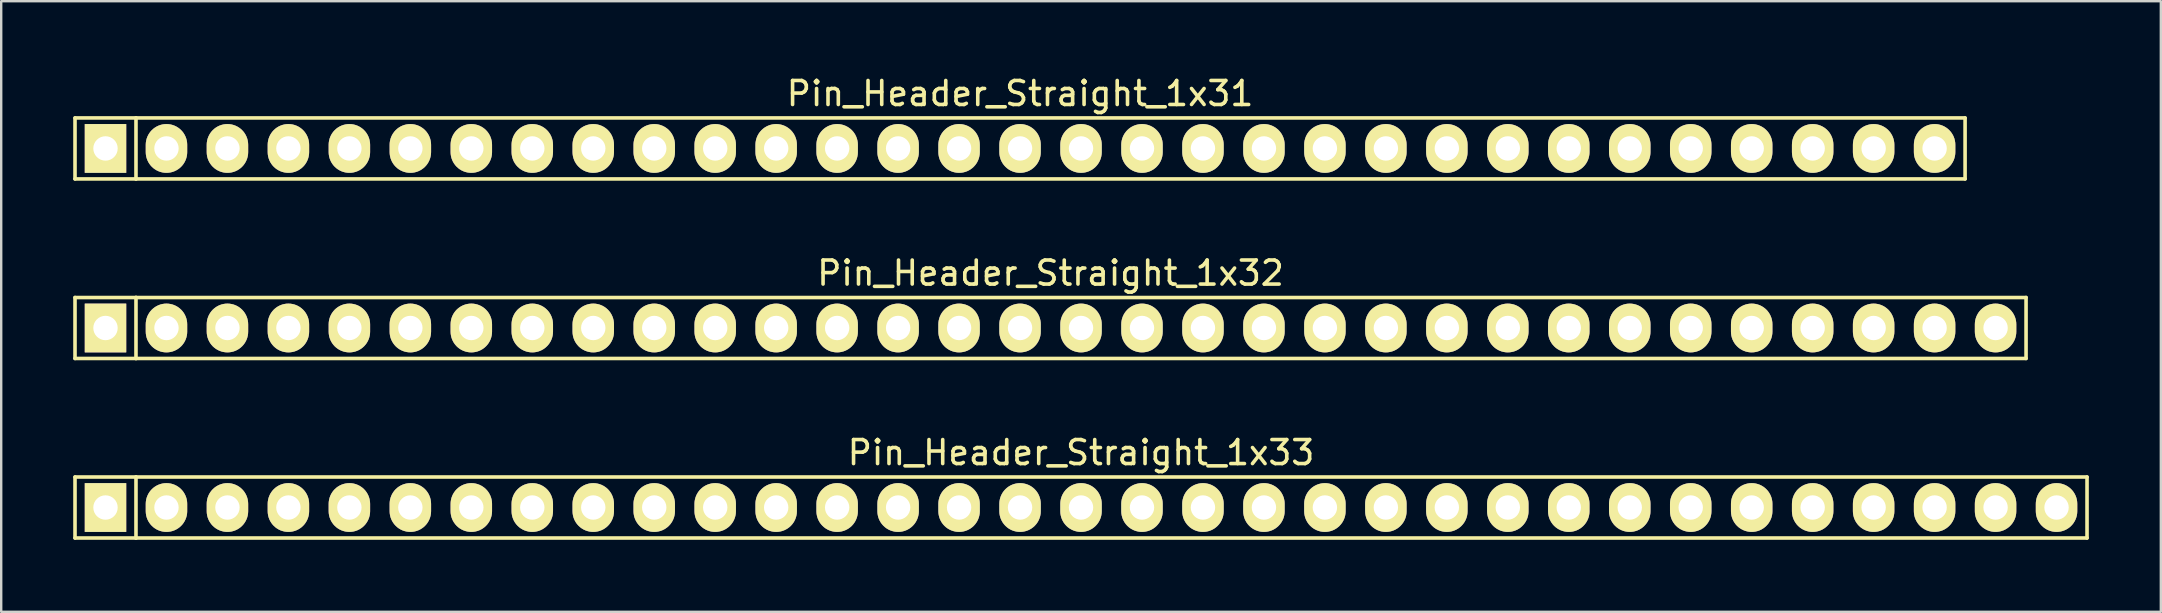
<source format=kicad_pcb>
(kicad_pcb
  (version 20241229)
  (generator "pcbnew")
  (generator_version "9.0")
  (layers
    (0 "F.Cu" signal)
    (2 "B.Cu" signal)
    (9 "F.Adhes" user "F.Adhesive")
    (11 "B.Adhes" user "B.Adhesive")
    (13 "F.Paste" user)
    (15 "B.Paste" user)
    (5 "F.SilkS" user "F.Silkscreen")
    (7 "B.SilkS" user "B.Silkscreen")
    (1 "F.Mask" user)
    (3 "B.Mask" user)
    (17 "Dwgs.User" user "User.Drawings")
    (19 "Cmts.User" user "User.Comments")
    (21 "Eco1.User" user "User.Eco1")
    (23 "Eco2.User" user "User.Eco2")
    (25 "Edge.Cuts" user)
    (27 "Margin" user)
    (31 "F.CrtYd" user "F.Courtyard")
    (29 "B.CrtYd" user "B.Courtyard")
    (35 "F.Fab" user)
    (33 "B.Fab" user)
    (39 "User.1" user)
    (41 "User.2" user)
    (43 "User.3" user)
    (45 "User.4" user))
  (footprint "Pin_Header_Straight_1x31"
    (layer "F.Cu")
    (at 39.445 3.134)
    (property "Reference" "Pin_Header_Straight_1x31" (at 0 -2.286 0) (layer "F.SilkS") (effects (font (size 1 1) (thickness 0.15))))
    (attr through_hole)
    (fp_line (start -39.37 -1.27) (end -39.37 1.27) (stroke (width 0.15) (type solid)) (layer "F.SilkS"))
    (fp_line (start -39.37 -1.27) (end -36.83 -1.27) (stroke (width 0.15) (type solid)) (layer "F.SilkS"))
    (fp_line (start -39.37 1.27) (end -36.83 1.27) (stroke (width 0.15) (type solid)) (layer "F.SilkS"))
    (fp_line (start -36.83 -1.27) (end -36.83 1.27) (stroke (width 0.15) (type solid)) (layer "F.SilkS"))
    (fp_line (start -36.83 1.27) (end 39.37 1.27) (stroke (width 0.15) (type solid)) (layer "F.SilkS"))
    (fp_line (start 39.37 -1.27) (end -36.83 -1.27) (stroke (width 0.15) (type solid)) (layer "F.SilkS"))
    (fp_line (start 39.37 1.27) (end 39.37 -1.27) (stroke (width 0.15) (type solid)) (layer "F.SilkS"))
    (pad "1" thru_hole rect (at -38.1 0) (size 1.727 2.032) (drill 1.016) (layers "*.Cu" "*.Mask" "F.SilkS"))
    (pad "2" thru_hole oval (at -35.56 0) (size 1.727 2.032) (drill 1.016) (layers "*.Cu" "*.Mask" "F.SilkS"))
    (pad "3" thru_hole oval (at -33.02 0) (size 1.727 2.032) (drill 1.016) (layers "*.Cu" "*.Mask" "F.SilkS"))
    (pad "4" thru_hole oval (at -30.48 0) (size 1.727 2.032) (drill 1.016) (layers "*.Cu" "*.Mask" "F.SilkS"))
    (pad "5" thru_hole oval (at -27.94 0) (size 1.727 2.032) (drill 1.016) (layers "*.Cu" "*.Mask" "F.SilkS"))
    (pad "6" thru_hole oval (at -25.4 0) (size 1.727 2.032) (drill 1.016) (layers "*.Cu" "*.Mask" "F.SilkS"))
    (pad "7" thru_hole oval (at -22.86 0) (size 1.727 2.032) (drill 1.016) (layers "*.Cu" "*.Mask" "F.SilkS"))
    (pad "8" thru_hole oval (at -20.32 0) (size 1.727 2.032) (drill 1.016) (layers "*.Cu" "*.Mask" "F.SilkS"))
    (pad "9" thru_hole oval (at -17.78 0) (size 1.727 2.032) (drill 1.016) (layers "*.Cu" "*.Mask" "F.SilkS"))
    (pad "10" thru_hole oval (at -15.24 0) (size 1.727 2.032) (drill 1.016) (layers "*.Cu" "*.Mask" "F.SilkS"))
    (pad "11" thru_hole oval (at -12.7 0) (size 1.727 2.032) (drill 1.016) (layers "*.Cu" "*.Mask" "F.SilkS"))
    (pad "12" thru_hole oval (at -10.16 0) (size 1.727 2.032) (drill 1.016) (layers "*.Cu" "*.Mask" "F.SilkS"))
    (pad "13" thru_hole oval (at -7.62 0) (size 1.727 2.032) (drill 1.016) (layers "*.Cu" "*.Mask" "F.SilkS"))
    (pad "14" thru_hole oval (at -5.08 0) (size 1.727 2.032) (drill 1.016) (layers "*.Cu" "*.Mask" "F.SilkS"))
    (pad "15" thru_hole oval (at -2.54 0) (size 1.727 2.032) (drill 1.016) (layers "*.Cu" "*.Mask" "F.SilkS"))
    (pad "16" thru_hole oval (at 0 0) (size 1.727 2.032) (drill 1.016) (layers "*.Cu" "*.Mask" "F.SilkS"))
    (pad "17" thru_hole oval (at 2.54 0) (size 1.727 2.032) (drill 1.016) (layers "*.Cu" "*.Mask" "F.SilkS"))
    (pad "18" thru_hole oval (at 5.08 0) (size 1.727 2.032) (drill 1.016) (layers "*.Cu" "*.Mask" "F.SilkS"))
    (pad "19" thru_hole oval (at 7.62 0) (size 1.727 2.032) (drill 1.016) (layers "*.Cu" "*.Mask" "F.SilkS"))
    (pad "20" thru_hole oval (at 10.16 0) (size 1.727 2.032) (drill 1.016) (layers "*.Cu" "*.Mask" "F.SilkS"))
    (pad "21" thru_hole oval (at 12.7 0) (size 1.727 2.032) (drill 1.016) (layers "*.Cu" "*.Mask" "F.SilkS"))
    (pad "22" thru_hole oval (at 15.24 0) (size 1.727 2.032) (drill 1.016) (layers "*.Cu" "*.Mask" "F.SilkS"))
    (pad "23" thru_hole oval (at 17.78 0) (size 1.727 2.032) (drill 1.016) (layers "*.Cu" "*.Mask" "F.SilkS"))
    (pad "24" thru_hole oval (at 20.32 0) (size 1.727 2.032) (drill 1.016) (layers "*.Cu" "*.Mask" "F.SilkS"))
    (pad "25" thru_hole oval (at 22.86 0) (size 1.727 2.032) (drill 1.016) (layers "*.Cu" "*.Mask" "F.SilkS"))
    (pad "26" thru_hole oval (at 25.4 0) (size 1.727 2.032) (drill 1.016) (layers "*.Cu" "*.Mask" "F.SilkS"))
    (pad "27" thru_hole oval (at 27.94 0) (size 1.727 2.032) (drill 1.016) (layers "*.Cu" "*.Mask" "F.SilkS"))
    (pad "28" thru_hole oval (at 30.48 0) (size 1.727 2.032) (drill 1.016) (layers "*.Cu" "*.Mask" "F.SilkS"))
    (pad "29" thru_hole oval (at 33.02 0) (size 1.727 2.032) (drill 1.016) (layers "*.Cu" "*.Mask" "F.SilkS"))
    (pad "30" thru_hole oval (at 35.56 0) (size 1.727 2.032) (drill 1.016) (layers "*.Cu" "*.Mask" "F.SilkS"))
    (pad "31" thru_hole oval (at 38.1 0) (size 1.727 2.032) (drill 1.016) (layers "*.Cu" "*.Mask" "F.SilkS")))
  (footprint "Pin_Header_Straight_1x32"
    (layer "F.Cu")
    (at 40.715 10.614)
    (property "Reference" "Pin_Header_Straight_1x32" (at 0 -2.286 0) (layer "F.SilkS") (effects (font (size 1 1) (thickness 0.15))))
    (attr through_hole)
    (fp_line (start -40.64 -1.27) (end -40.64 1.27) (stroke (width 0.15) (type solid)) (layer "F.SilkS"))
    (fp_line (start -40.64 -1.27) (end -38.1 -1.27) (stroke (width 0.15) (type solid)) (layer "F.SilkS"))
    (fp_line (start -40.64 1.27) (end -38.1 1.27) (stroke (width 0.15) (type solid)) (layer "F.SilkS"))
    (fp_line (start -38.1 -1.27) (end -38.1 1.27) (stroke (width 0.15) (type solid)) (layer "F.SilkS"))
    (fp_line (start -38.1 1.27) (end 40.64 1.27) (stroke (width 0.15) (type solid)) (layer "F.SilkS"))
    (fp_line (start 40.64 -1.27) (end -38.1 -1.27) (stroke (width 0.15) (type solid)) (layer "F.SilkS"))
    (fp_line (start 40.64 1.27) (end 40.64 -1.27) (stroke (width 0.15) (type solid)) (layer "F.SilkS"))
    (pad "1" thru_hole rect (at -39.37 0) (size 1.727 2.032) (drill 1.016) (layers "*.Cu" "*.Mask" "F.SilkS"))
    (pad "2" thru_hole oval (at -36.83 0) (size 1.727 2.032) (drill 1.016) (layers "*.Cu" "*.Mask" "F.SilkS"))
    (pad "3" thru_hole oval (at -34.29 0) (size 1.727 2.032) (drill 1.016) (layers "*.Cu" "*.Mask" "F.SilkS"))
    (pad "4" thru_hole oval (at -31.75 0) (size 1.727 2.032) (drill 1.016) (layers "*.Cu" "*.Mask" "F.SilkS"))
    (pad "5" thru_hole oval (at -29.21 0) (size 1.727 2.032) (drill 1.016) (layers "*.Cu" "*.Mask" "F.SilkS"))
    (pad "6" thru_hole oval (at -26.67 0) (size 1.727 2.032) (drill 1.016) (layers "*.Cu" "*.Mask" "F.SilkS"))
    (pad "7" thru_hole oval (at -24.13 0) (size 1.727 2.032) (drill 1.016) (layers "*.Cu" "*.Mask" "F.SilkS"))
    (pad "8" thru_hole oval (at -21.59 0) (size 1.727 2.032) (drill 1.016) (layers "*.Cu" "*.Mask" "F.SilkS"))
    (pad "9" thru_hole oval (at -19.05 0) (size 1.727 2.032) (drill 1.016) (layers "*.Cu" "*.Mask" "F.SilkS"))
    (pad "10" thru_hole oval (at -16.51 0) (size 1.727 2.032) (drill 1.016) (layers "*.Cu" "*.Mask" "F.SilkS"))
    (pad "11" thru_hole oval (at -13.97 0) (size 1.727 2.032) (drill 1.016) (layers "*.Cu" "*.Mask" "F.SilkS"))
    (pad "12" thru_hole oval (at -11.43 0) (size 1.727 2.032) (drill 1.016) (layers "*.Cu" "*.Mask" "F.SilkS"))
    (pad "13" thru_hole oval (at -8.89 0) (size 1.727 2.032) (drill 1.016) (layers "*.Cu" "*.Mask" "F.SilkS"))
    (pad "14" thru_hole oval (at -6.35 0) (size 1.727 2.032) (drill 1.016) (layers "*.Cu" "*.Mask" "F.SilkS"))
    (pad "15" thru_hole oval (at -3.81 0) (size 1.727 2.032) (drill 1.016) (layers "*.Cu" "*.Mask" "F.SilkS"))
    (pad "16" thru_hole oval (at -1.27 0) (size 1.727 2.032) (drill 1.016) (layers "*.Cu" "*.Mask" "F.SilkS"))
    (pad "17" thru_hole oval (at 1.27 0) (size 1.727 2.032) (drill 1.016) (layers "*.Cu" "*.Mask" "F.SilkS"))
    (pad "18" thru_hole oval (at 3.81 0) (size 1.727 2.032) (drill 1.016) (layers "*.Cu" "*.Mask" "F.SilkS"))
    (pad "19" thru_hole oval (at 6.35 0) (size 1.727 2.032) (drill 1.016) (layers "*.Cu" "*.Mask" "F.SilkS"))
    (pad "20" thru_hole oval (at 8.89 0) (size 1.727 2.032) (drill 1.016) (layers "*.Cu" "*.Mask" "F.SilkS"))
    (pad "21" thru_hole oval (at 11.43 0) (size 1.727 2.032) (drill 1.016) (layers "*.Cu" "*.Mask" "F.SilkS"))
    (pad "22" thru_hole oval (at 13.97 0) (size 1.727 2.032) (drill 1.016) (layers "*.Cu" "*.Mask" "F.SilkS"))
    (pad "23" thru_hole oval (at 16.51 0) (size 1.727 2.032) (drill 1.016) (layers "*.Cu" "*.Mask" "F.SilkS"))
    (pad "24" thru_hole oval (at 19.05 0) (size 1.727 2.032) (drill 1.016) (layers "*.Cu" "*.Mask" "F.SilkS"))
    (pad "25" thru_hole oval (at 21.59 0) (size 1.727 2.032) (drill 1.016) (layers "*.Cu" "*.Mask" "F.SilkS"))
    (pad "26" thru_hole oval (at 24.13 0) (size 1.727 2.032) (drill 1.016) (layers "*.Cu" "*.Mask" "F.SilkS"))
    (pad "27" thru_hole oval (at 26.67 0) (size 1.727 2.032) (drill 1.016) (layers "*.Cu" "*.Mask" "F.SilkS"))
    (pad "28" thru_hole oval (at 29.21 0) (size 1.727 2.032) (drill 1.016) (layers "*.Cu" "*.Mask" "F.SilkS"))
    (pad "29" thru_hole oval (at 31.75 0) (size 1.727 2.032) (drill 1.016) (layers "*.Cu" "*.Mask" "F.SilkS"))
    (pad "30" thru_hole oval (at 34.29 0) (size 1.727 2.032) (drill 1.016) (layers "*.Cu" "*.Mask" "F.SilkS"))
    (pad "31" thru_hole oval (at 36.83 0) (size 1.727 2.032) (drill 1.016) (layers "*.Cu" "*.Mask" "F.SilkS"))
    (pad "32" thru_hole oval (at 39.37 0) (size 1.727 2.032) (drill 1.016) (layers "*.Cu" "*.Mask" "F.SilkS")))
  (footprint "Pin_Header_Straight_1x33"
    (layer "F.Cu")
    (at 41.985 18.093)
    (property "Reference" "Pin_Header_Straight_1x33" (at 0 -2.286 0) (layer "F.SilkS") (effects (font (size 1 1) (thickness 0.15))))
    (attr through_hole)
    (fp_line (start -41.91 -1.27) (end -41.91 1.27) (stroke (width 0.15) (type solid)) (layer "F.SilkS"))
    (fp_line (start -41.91 -1.27) (end -39.37 -1.27) (stroke (width 0.15) (type solid)) (layer "F.SilkS"))
    (fp_line (start -41.91 1.27) (end -39.37 1.27) (stroke (width 0.15) (type solid)) (layer "F.SilkS"))
    (fp_line (start -39.37 -1.27) (end -39.37 1.27) (stroke (width 0.15) (type solid)) (layer "F.SilkS"))
    (fp_line (start -39.37 1.27) (end 41.91 1.27) (stroke (width 0.15) (type solid)) (layer "F.SilkS"))
    (fp_line (start 41.91 -1.27) (end -39.37 -1.27) (stroke (width 0.15) (type solid)) (layer "F.SilkS"))
    (fp_line (start 41.91 1.27) (end 41.91 -1.27) (stroke (width 0.15) (type solid)) (layer "F.SilkS"))
    (pad "1" thru_hole rect (at -40.64 0) (size 1.727 2.032) (drill 1.016) (layers "*.Cu" "*.Mask" "F.SilkS"))
    (pad "2" thru_hole oval (at -38.1 0) (size 1.727 2.032) (drill 1.016) (layers "*.Cu" "*.Mask" "F.SilkS"))
    (pad "3" thru_hole oval (at -35.56 0) (size 1.727 2.032) (drill 1.016) (layers "*.Cu" "*.Mask" "F.SilkS"))
    (pad "4" thru_hole oval (at -33.02 0) (size 1.727 2.032) (drill 1.016) (layers "*.Cu" "*.Mask" "F.SilkS"))
    (pad "5" thru_hole oval (at -30.48 0) (size 1.727 2.032) (drill 1.016) (layers "*.Cu" "*.Mask" "F.SilkS"))
    (pad "6" thru_hole oval (at -27.94 0) (size 1.727 2.032) (drill 1.016) (layers "*.Cu" "*.Mask" "F.SilkS"))
    (pad "7" thru_hole oval (at -25.4 0) (size 1.727 2.032) (drill 1.016) (layers "*.Cu" "*.Mask" "F.SilkS"))
    (pad "8" thru_hole oval (at -22.86 0) (size 1.727 2.032) (drill 1.016) (layers "*.Cu" "*.Mask" "F.SilkS"))
    (pad "9" thru_hole oval (at -20.32 0) (size 1.727 2.032) (drill 1.016) (layers "*.Cu" "*.Mask" "F.SilkS"))
    (pad "10" thru_hole oval (at -17.78 0) (size 1.727 2.032) (drill 1.016) (layers "*.Cu" "*.Mask" "F.SilkS"))
    (pad "11" thru_hole oval (at -15.24 0) (size 1.727 2.032) (drill 1.016) (layers "*.Cu" "*.Mask" "F.SilkS"))
    (pad "12" thru_hole oval (at -12.7 0) (size 1.727 2.032) (drill 1.016) (layers "*.Cu" "*.Mask" "F.SilkS"))
    (pad "13" thru_hole oval (at -10.16 0) (size 1.727 2.032) (drill 1.016) (layers "*.Cu" "*.Mask" "F.SilkS"))
    (pad "14" thru_hole oval (at -7.62 0) (size 1.727 2.032) (drill 1.016) (layers "*.Cu" "*.Mask" "F.SilkS"))
    (pad "15" thru_hole oval (at -5.08 0) (size 1.727 2.032) (drill 1.016) (layers "*.Cu" "*.Mask" "F.SilkS"))
    (pad "16" thru_hole oval (at -2.54 0) (size 1.727 2.032) (drill 1.016) (layers "*.Cu" "*.Mask" "F.SilkS"))
    (pad "17" thru_hole oval (at 0 0) (size 1.727 2.032) (drill 1.016) (layers "*.Cu" "*.Mask" "F.SilkS"))
    (pad "18" thru_hole oval (at 2.54 0) (size 1.727 2.032) (drill 1.016) (layers "*.Cu" "*.Mask" "F.SilkS"))
    (pad "19" thru_hole oval (at 5.08 0) (size 1.727 2.032) (drill 1.016) (layers "*.Cu" "*.Mask" "F.SilkS"))
    (pad "20" thru_hole oval (at 7.62 0) (size 1.727 2.032) (drill 1.016) (layers "*.Cu" "*.Mask" "F.SilkS"))
    (pad "21" thru_hole oval (at 10.16 0) (size 1.727 2.032) (drill 1.016) (layers "*.Cu" "*.Mask" "F.SilkS"))
    (pad "22" thru_hole oval (at 12.7 0) (size 1.727 2.032) (drill 1.016) (layers "*.Cu" "*.Mask" "F.SilkS"))
    (pad "23" thru_hole oval (at 15.24 0) (size 1.727 2.032) (drill 1.016) (layers "*.Cu" "*.Mask" "F.SilkS"))
    (pad "24" thru_hole oval (at 17.78 0) (size 1.727 2.032) (drill 1.016) (layers "*.Cu" "*.Mask" "F.SilkS"))
    (pad "25" thru_hole oval (at 20.32 0) (size 1.727 2.032) (drill 1.016) (layers "*.Cu" "*.Mask" "F.SilkS"))
    (pad "26" thru_hole oval (at 22.86 0) (size 1.727 2.032) (drill 1.016) (layers "*.Cu" "*.Mask" "F.SilkS"))
    (pad "27" thru_hole oval (at 25.4 0) (size 1.727 2.032) (drill 1.016) (layers "*.Cu" "*.Mask" "F.SilkS"))
    (pad "28" thru_hole oval (at 27.94 0) (size 1.727 2.032) (drill 1.016) (layers "*.Cu" "*.Mask" "F.SilkS"))
    (pad "29" thru_hole oval (at 30.48 0) (size 1.727 2.032) (drill 1.016) (layers "*.Cu" "*.Mask" "F.SilkS"))
    (pad "30" thru_hole oval (at 33.02 0) (size 1.727 2.032) (drill 1.016) (layers "*.Cu" "*.Mask" "F.SilkS"))
    (pad "31" thru_hole oval (at 35.56 0) (size 1.727 2.032) (drill 1.016) (layers "*.Cu" "*.Mask" "F.SilkS"))
    (pad "32" thru_hole oval (at 38.1 0) (size 1.727 2.032) (drill 1.016) (layers "*.Cu" "*.Mask" "F.SilkS"))
    (pad "33" thru_hole oval (at 40.64 0) (size 1.727 2.032) (drill 1.016) (layers "*.Cu" "*.Mask" "F.SilkS")))
  (gr_rect
    (start -3 -3)
    (end 86.97 22.438)
    (stroke (width 0.1) (type default))
    (fill no)
    (layer "Edge.Cuts")))
</source>
